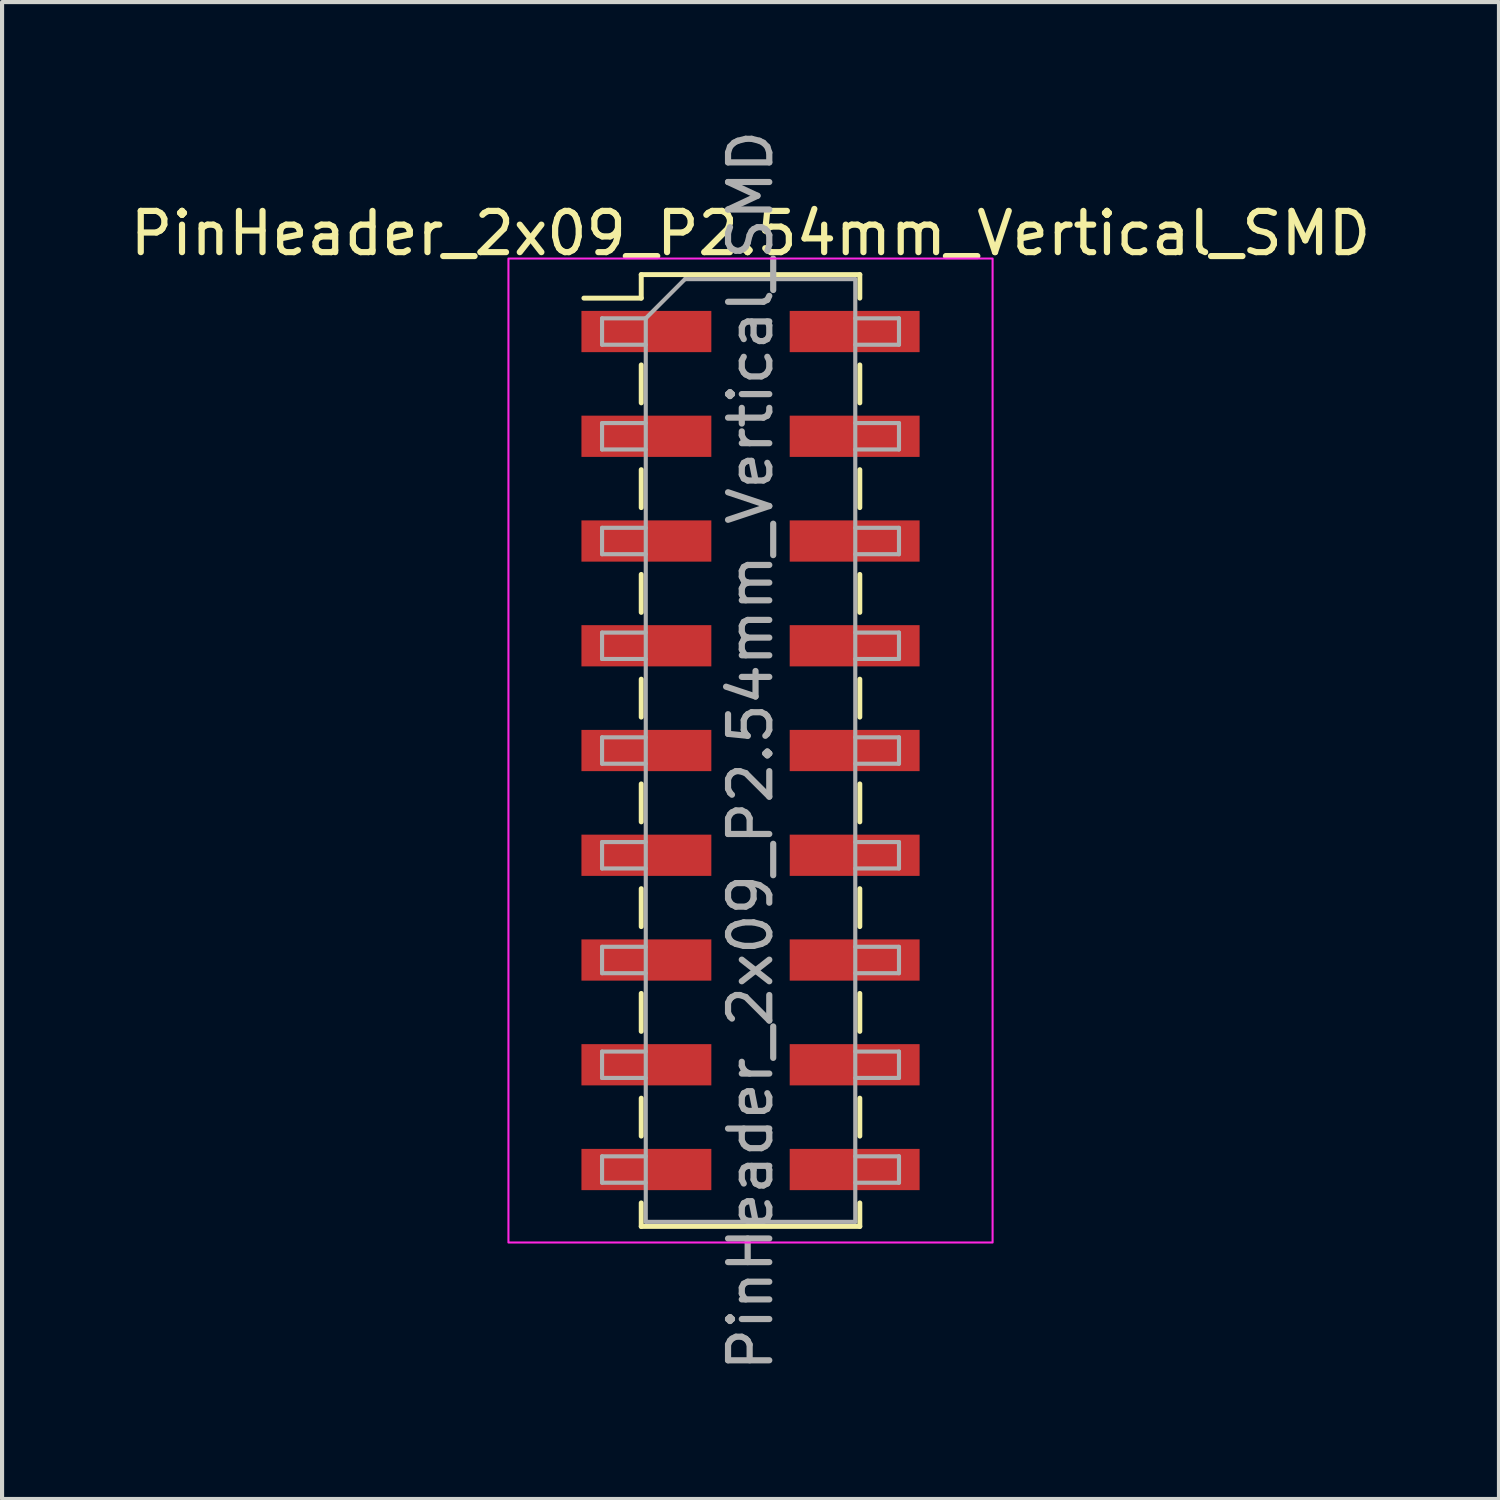
<source format=kicad_pcb>
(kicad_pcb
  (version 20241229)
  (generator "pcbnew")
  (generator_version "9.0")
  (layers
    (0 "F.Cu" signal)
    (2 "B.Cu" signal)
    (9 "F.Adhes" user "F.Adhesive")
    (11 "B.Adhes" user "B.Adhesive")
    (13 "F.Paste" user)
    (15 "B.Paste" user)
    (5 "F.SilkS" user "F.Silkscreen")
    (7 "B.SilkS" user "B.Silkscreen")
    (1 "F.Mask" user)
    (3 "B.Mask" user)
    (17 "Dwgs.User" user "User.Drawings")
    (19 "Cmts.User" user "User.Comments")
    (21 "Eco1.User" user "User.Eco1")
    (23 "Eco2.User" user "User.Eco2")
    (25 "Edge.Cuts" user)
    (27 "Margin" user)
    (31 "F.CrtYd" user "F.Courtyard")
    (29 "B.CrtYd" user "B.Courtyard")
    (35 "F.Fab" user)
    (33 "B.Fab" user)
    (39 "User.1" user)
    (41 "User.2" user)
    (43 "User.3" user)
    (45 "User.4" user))
  (footprint "PinHeader_2x09_P2.54mm_Vertical_SMD"
    (layer "F.Cu")
    (at 15.149 15.149)
    (property "Reference" "PinHeader_2x09_P2.54mm_Vertical_SMD" (at 0 -12.54 0) (layer "F.SilkS") (effects (font (size 1 1) (thickness 0.15))))
    (attr smd)
    (fp_line (start -4.04 -10.97) (end -2.65 -10.97) (stroke (width 0.12) (type solid)) (layer "F.SilkS"))
    (fp_line (start -2.65 -11.54) (end -2.65 -10.97) (stroke (width 0.12) (type solid)) (layer "F.SilkS"))
    (fp_line (start -2.65 -11.54) (end 2.65 -11.54) (stroke (width 0.12) (type solid)) (layer "F.SilkS"))
    (fp_line (start -2.65 -9.35) (end -2.65 -8.43) (stroke (width 0.12) (type solid)) (layer "F.SilkS"))
    (fp_line (start -2.65 -6.81) (end -2.65 -5.89) (stroke (width 0.12) (type solid)) (layer "F.SilkS"))
    (fp_line (start -2.65 -4.27) (end -2.65 -3.35) (stroke (width 0.12) (type solid)) (layer "F.SilkS"))
    (fp_line (start -2.65 -1.73) (end -2.65 -0.81) (stroke (width 0.12) (type solid)) (layer "F.SilkS"))
    (fp_line (start -2.65 0.81) (end -2.65 1.73) (stroke (width 0.12) (type solid)) (layer "F.SilkS"))
    (fp_line (start -2.65 3.35) (end -2.65 4.27) (stroke (width 0.12) (type solid)) (layer "F.SilkS"))
    (fp_line (start -2.65 5.89) (end -2.65 6.81) (stroke (width 0.12) (type solid)) (layer "F.SilkS"))
    (fp_line (start -2.65 8.43) (end -2.65 9.35) (stroke (width 0.12) (type solid)) (layer "F.SilkS"))
    (fp_line (start -2.65 10.97) (end -2.65 11.54) (stroke (width 0.12) (type solid)) (layer "F.SilkS"))
    (fp_line (start -2.65 11.54) (end 2.65 11.54) (stroke (width 0.12) (type solid)) (layer "F.SilkS"))
    (fp_line (start 2.65 -11.54) (end 2.65 -10.97) (stroke (width 0.12) (type solid)) (layer "F.SilkS"))
    (fp_line (start 2.65 -9.35) (end 2.65 -8.43) (stroke (width 0.12) (type solid)) (layer "F.SilkS"))
    (fp_line (start 2.65 -6.81) (end 2.65 -5.89) (stroke (width 0.12) (type solid)) (layer "F.SilkS"))
    (fp_line (start 2.65 -4.27) (end 2.65 -3.35) (stroke (width 0.12) (type solid)) (layer "F.SilkS"))
    (fp_line (start 2.65 -1.73) (end 2.65 -0.81) (stroke (width 0.12) (type solid)) (layer "F.SilkS"))
    (fp_line (start 2.65 0.81) (end 2.65 1.73) (stroke (width 0.12) (type solid)) (layer "F.SilkS"))
    (fp_line (start 2.65 3.35) (end 2.65 4.27) (stroke (width 0.12) (type solid)) (layer "F.SilkS"))
    (fp_line (start 2.65 5.89) (end 2.65 6.81) (stroke (width 0.12) (type solid)) (layer "F.SilkS"))
    (fp_line (start 2.65 8.43) (end 2.65 9.35) (stroke (width 0.12) (type solid)) (layer "F.SilkS"))
    (fp_line (start 2.65 10.97) (end 2.65 11.54) (stroke (width 0.12) (type solid)) (layer "F.SilkS"))
    (fp_rect (start -5.87 -11.93) (end 5.87 11.93) (stroke (width 0.05) (type solid)) (fill no) (layer "F.CrtYd"))
    (fp_line (start -3.6 -10.48) (end -3.6 -9.84) (stroke (width 0.1) (type solid)) (layer "F.Fab"))
    (fp_line (start -3.6 -9.84) (end -2.54 -9.84) (stroke (width 0.1) (type solid)) (layer "F.Fab"))
    (fp_line (start -3.6 -7.94) (end -3.6 -7.3) (stroke (width 0.1) (type solid)) (layer "F.Fab"))
    (fp_line (start -3.6 -7.3) (end -2.54 -7.3) (stroke (width 0.1) (type solid)) (layer "F.Fab"))
    (fp_line (start -3.6 -5.4) (end -3.6 -4.76) (stroke (width 0.1) (type solid)) (layer "F.Fab"))
    (fp_line (start -3.6 -4.76) (end -2.54 -4.76) (stroke (width 0.1) (type solid)) (layer "F.Fab"))
    (fp_line (start -3.6 -2.86) (end -3.6 -2.22) (stroke (width 0.1) (type solid)) (layer "F.Fab"))
    (fp_line (start -3.6 -2.22) (end -2.54 -2.22) (stroke (width 0.1) (type solid)) (layer "F.Fab"))
    (fp_line (start -3.6 -0.32) (end -3.6 0.32) (stroke (width 0.1) (type solid)) (layer "F.Fab"))
    (fp_line (start -3.6 0.32) (end -2.54 0.32) (stroke (width 0.1) (type solid)) (layer "F.Fab"))
    (fp_line (start -3.6 2.22) (end -3.6 2.86) (stroke (width 0.1) (type solid)) (layer "F.Fab"))
    (fp_line (start -3.6 2.86) (end -2.54 2.86) (stroke (width 0.1) (type solid)) (layer "F.Fab"))
    (fp_line (start -3.6 4.76) (end -3.6 5.4) (stroke (width 0.1) (type solid)) (layer "F.Fab"))
    (fp_line (start -3.6 5.4) (end -2.54 5.4) (stroke (width 0.1) (type solid)) (layer "F.Fab"))
    (fp_line (start -3.6 7.3) (end -3.6 7.94) (stroke (width 0.1) (type solid)) (layer "F.Fab"))
    (fp_line (start -3.6 7.94) (end -2.54 7.94) (stroke (width 0.1) (type solid)) (layer "F.Fab"))
    (fp_line (start -3.6 9.84) (end -3.6 10.48) (stroke (width 0.1) (type solid)) (layer "F.Fab"))
    (fp_line (start -3.6 10.48) (end -2.54 10.48) (stroke (width 0.1) (type solid)) (layer "F.Fab"))
    (fp_line (start -2.54 -10.48) (end -3.6 -10.48) (stroke (width 0.1) (type solid)) (layer "F.Fab"))
    (fp_line (start -2.54 -10.48) (end -1.59 -11.43) (stroke (width 0.1) (type solid)) (layer "F.Fab"))
    (fp_line (start -2.54 -7.94) (end -3.6 -7.94) (stroke (width 0.1) (type solid)) (layer "F.Fab"))
    (fp_line (start -2.54 -5.4) (end -3.6 -5.4) (stroke (width 0.1) (type solid)) (layer "F.Fab"))
    (fp_line (start -2.54 -2.86) (end -3.6 -2.86) (stroke (width 0.1) (type solid)) (layer "F.Fab"))
    (fp_line (start -2.54 -0.32) (end -3.6 -0.32) (stroke (width 0.1) (type solid)) (layer "F.Fab"))
    (fp_line (start -2.54 2.22) (end -3.6 2.22) (stroke (width 0.1) (type solid)) (layer "F.Fab"))
    (fp_line (start -2.54 4.76) (end -3.6 4.76) (stroke (width 0.1) (type solid)) (layer "F.Fab"))
    (fp_line (start -2.54 7.3) (end -3.6 7.3) (stroke (width 0.1) (type solid)) (layer "F.Fab"))
    (fp_line (start -2.54 9.84) (end -3.6 9.84) (stroke (width 0.1) (type solid)) (layer "F.Fab"))
    (fp_line (start -2.54 11.43) (end -2.54 -10.48) (stroke (width 0.1) (type solid)) (layer "F.Fab"))
    (fp_line (start -1.59 -11.43) (end 2.54 -11.43) (stroke (width 0.1) (type solid)) (layer "F.Fab"))
    (fp_line (start 2.54 -11.43) (end 2.54 11.43) (stroke (width 0.1) (type solid)) (layer "F.Fab"))
    (fp_line (start 2.54 -10.48) (end 3.6 -10.48) (stroke (width 0.1) (type solid)) (layer "F.Fab"))
    (fp_line (start 2.54 -7.94) (end 3.6 -7.94) (stroke (width 0.1) (type solid)) (layer "F.Fab"))
    (fp_line (start 2.54 -5.4) (end 3.6 -5.4) (stroke (width 0.1) (type solid)) (layer "F.Fab"))
    (fp_line (start 2.54 -2.86) (end 3.6 -2.86) (stroke (width 0.1) (type solid)) (layer "F.Fab"))
    (fp_line (start 2.54 -0.32) (end 3.6 -0.32) (stroke (width 0.1) (type solid)) (layer "F.Fab"))
    (fp_line (start 2.54 2.22) (end 3.6 2.22) (stroke (width 0.1) (type solid)) (layer "F.Fab"))
    (fp_line (start 2.54 4.76) (end 3.6 4.76) (stroke (width 0.1) (type solid)) (layer "F.Fab"))
    (fp_line (start 2.54 7.3) (end 3.6 7.3) (stroke (width 0.1) (type solid)) (layer "F.Fab"))
    (fp_line (start 2.54 9.84) (end 3.6 9.84) (stroke (width 0.1) (type solid)) (layer "F.Fab"))
    (fp_line (start 2.54 11.43) (end -2.54 11.43) (stroke (width 0.1) (type solid)) (layer "F.Fab"))
    (fp_line (start 3.6 -10.48) (end 3.6 -9.84) (stroke (width 0.1) (type solid)) (layer "F.Fab"))
    (fp_line (start 3.6 -9.84) (end 2.54 -9.84) (stroke (width 0.1) (type solid)) (layer "F.Fab"))
    (fp_line (start 3.6 -7.94) (end 3.6 -7.3) (stroke (width 0.1) (type solid)) (layer "F.Fab"))
    (fp_line (start 3.6 -7.3) (end 2.54 -7.3) (stroke (width 0.1) (type solid)) (layer "F.Fab"))
    (fp_line (start 3.6 -5.4) (end 3.6 -4.76) (stroke (width 0.1) (type solid)) (layer "F.Fab"))
    (fp_line (start 3.6 -4.76) (end 2.54 -4.76) (stroke (width 0.1) (type solid)) (layer "F.Fab"))
    (fp_line (start 3.6 -2.86) (end 3.6 -2.22) (stroke (width 0.1) (type solid)) (layer "F.Fab"))
    (fp_line (start 3.6 -2.22) (end 2.54 -2.22) (stroke (width 0.1) (type solid)) (layer "F.Fab"))
    (fp_line (start 3.6 -0.32) (end 3.6 0.32) (stroke (width 0.1) (type solid)) (layer "F.Fab"))
    (fp_line (start 3.6 0.32) (end 2.54 0.32) (stroke (width 0.1) (type solid)) (layer "F.Fab"))
    (fp_line (start 3.6 2.22) (end 3.6 2.86) (stroke (width 0.1) (type solid)) (layer "F.Fab"))
    (fp_line (start 3.6 2.86) (end 2.54 2.86) (stroke (width 0.1) (type solid)) (layer "F.Fab"))
    (fp_line (start 3.6 4.76) (end 3.6 5.4) (stroke (width 0.1) (type solid)) (layer "F.Fab"))
    (fp_line (start 3.6 5.4) (end 2.54 5.4) (stroke (width 0.1) (type solid)) (layer "F.Fab"))
    (fp_line (start 3.6 7.3) (end 3.6 7.94) (stroke (width 0.1) (type solid)) (layer "F.Fab"))
    (fp_line (start 3.6 7.94) (end 2.54 7.94) (stroke (width 0.1) (type solid)) (layer "F.Fab"))
    (fp_line (start 3.6 9.84) (end 3.6 10.48) (stroke (width 0.1) (type solid)) (layer "F.Fab"))
    (fp_line (start 3.6 10.48) (end 2.54 10.48) (stroke (width 0.1) (type solid)) (layer "F.Fab"))
    (fp_text user "${REFERENCE}" (at 0 0 90) (layer "F.Fab") (effects (font (size 1 1) (thickness 0.15))))
    (pad "1" smd rect (at -2.525 -10.16) (size 3.15 1) (layers "F.Cu" "F.Mask" "F.Paste"))
    (pad "2" smd rect (at 2.525 -10.16) (size 3.15 1) (layers "F.Cu" "F.Mask" "F.Paste"))
    (pad "3" smd rect (at -2.525 -7.62) (size 3.15 1) (layers "F.Cu" "F.Mask" "F.Paste"))
    (pad "4" smd rect (at 2.525 -7.62) (size 3.15 1) (layers "F.Cu" "F.Mask" "F.Paste"))
    (pad "5" smd rect (at -2.525 -5.08) (size 3.15 1) (layers "F.Cu" "F.Mask" "F.Paste"))
    (pad "6" smd rect (at 2.525 -5.08) (size 3.15 1) (layers "F.Cu" "F.Mask" "F.Paste"))
    (pad "7" smd rect (at -2.525 -2.54) (size 3.15 1) (layers "F.Cu" "F.Mask" "F.Paste"))
    (pad "8" smd rect (at 2.525 -2.54) (size 3.15 1) (layers "F.Cu" "F.Mask" "F.Paste"))
    (pad "9" smd rect (at -2.525 0) (size 3.15 1) (layers "F.Cu" "F.Mask" "F.Paste"))
    (pad "10" smd rect (at 2.525 0) (size 3.15 1) (layers "F.Cu" "F.Mask" "F.Paste"))
    (pad "11" smd rect (at -2.525 2.54) (size 3.15 1) (layers "F.Cu" "F.Mask" "F.Paste"))
    (pad "12" smd rect (at 2.525 2.54) (size 3.15 1) (layers "F.Cu" "F.Mask" "F.Paste"))
    (pad "13" smd rect (at -2.525 5.08) (size 3.15 1) (layers "F.Cu" "F.Mask" "F.Paste"))
    (pad "14" smd rect (at 2.525 5.08) (size 3.15 1) (layers "F.Cu" "F.Mask" "F.Paste"))
    (pad "15" smd rect (at -2.525 7.62) (size 3.15 1) (layers "F.Cu" "F.Mask" "F.Paste"))
    (pad "16" smd rect (at 2.525 7.62) (size 3.15 1) (layers "F.Cu" "F.Mask" "F.Paste"))
    (pad "17" smd rect (at -2.525 10.16) (size 3.15 1) (layers "F.Cu" "F.Mask" "F.Paste"))
    (pad "18" smd rect (at 2.525 10.16) (size 3.15 1) (layers "F.Cu" "F.Mask" "F.Paste")))
  (gr_rect
    (start -3 -3)
    (end 33.298 33.298)
    (stroke (width 0.1) (type default))
    (fill no)
    (layer "Edge.Cuts")))
</source>
